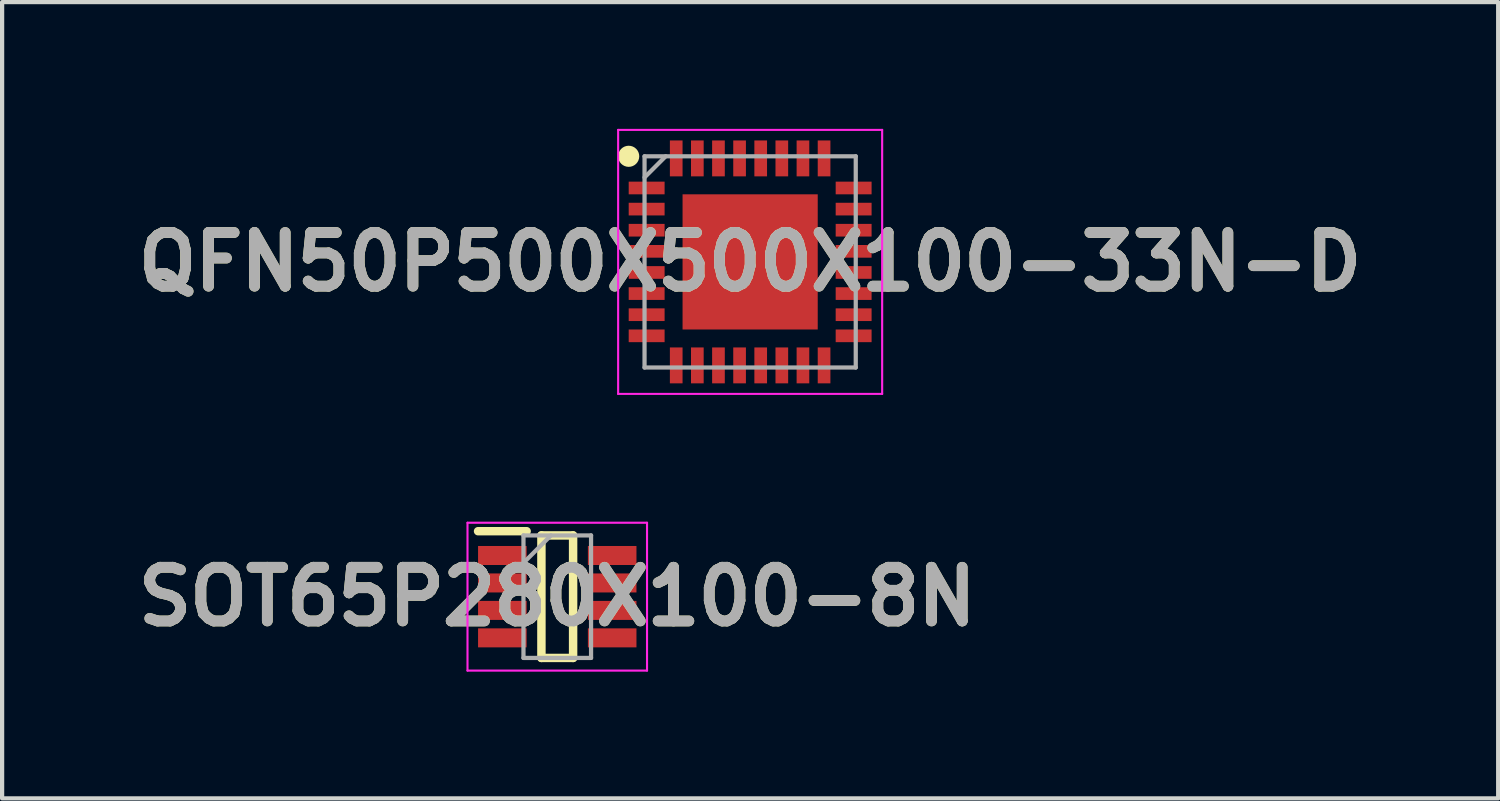
<source format=kicad_pcb>
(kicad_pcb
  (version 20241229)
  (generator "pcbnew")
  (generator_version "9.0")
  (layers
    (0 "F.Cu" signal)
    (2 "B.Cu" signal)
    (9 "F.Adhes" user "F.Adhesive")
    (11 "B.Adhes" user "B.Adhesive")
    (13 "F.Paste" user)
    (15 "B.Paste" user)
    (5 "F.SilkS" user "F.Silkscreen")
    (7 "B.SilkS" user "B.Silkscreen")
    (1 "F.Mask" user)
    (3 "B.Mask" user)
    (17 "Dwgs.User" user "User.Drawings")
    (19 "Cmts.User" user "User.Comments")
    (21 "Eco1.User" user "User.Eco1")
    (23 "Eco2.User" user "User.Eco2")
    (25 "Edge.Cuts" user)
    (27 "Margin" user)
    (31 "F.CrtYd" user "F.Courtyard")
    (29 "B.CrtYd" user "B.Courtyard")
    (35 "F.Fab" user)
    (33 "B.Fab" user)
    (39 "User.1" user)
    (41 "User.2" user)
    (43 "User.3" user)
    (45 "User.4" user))
  (footprint "SOT65P280X100-8N"
    (layer "F.Cu")
    (at 10.142 11.075)
    (property "Reference" "SOT65P280X100-8N" (at 0 0 0) (layer "F.SilkS") (effects (font (size 1.27 1.27) (thickness 0.254))))
    (attr smd)
    (fp_line (start -1.875 -1.55) (end -0.725 -1.55) (stroke (width 0.2) (type solid)) (layer "F.SilkS"))
    (fp_line (start -0.375 -1.45) (end 0.375 -1.45) (stroke (width 0.2) (type solid)) (layer "F.SilkS"))
    (fp_line (start -0.375 1.45) (end -0.375 -1.45) (stroke (width 0.2) (type solid)) (layer "F.SilkS"))
    (fp_line (start 0.375 -1.45) (end 0.375 1.45) (stroke (width 0.2) (type solid)) (layer "F.SilkS"))
    (fp_line (start 0.375 1.45) (end -0.375 1.45) (stroke (width 0.2) (type solid)) (layer "F.SilkS"))
    (fp_line (start -2.125 -1.75) (end 2.125 -1.75) (stroke (width 0.05) (type solid)) (layer "F.CrtYd"))
    (fp_line (start -2.125 1.75) (end -2.125 -1.75) (stroke (width 0.05) (type solid)) (layer "F.CrtYd"))
    (fp_line (start 2.125 -1.75) (end 2.125 1.75) (stroke (width 0.05) (type solid)) (layer "F.CrtYd"))
    (fp_line (start 2.125 1.75) (end -2.125 1.75) (stroke (width 0.05) (type solid)) (layer "F.CrtYd"))
    (fp_line (start -0.8 -1.45) (end 0.8 -1.45) (stroke (width 0.1) (type solid)) (layer "F.Fab"))
    (fp_line (start -0.8 -0.8) (end -0.15 -1.45) (stroke (width 0.1) (type solid)) (layer "F.Fab"))
    (fp_line (start -0.8 1.45) (end -0.8 -1.45) (stroke (width 0.1) (type solid)) (layer "F.Fab"))
    (fp_line (start 0.8 -1.45) (end 0.8 1.45) (stroke (width 0.1) (type solid)) (layer "F.Fab"))
    (fp_line (start 0.8 1.45) (end -0.8 1.45) (stroke (width 0.1) (type solid)) (layer "F.Fab"))
    (fp_text user "${REFERENCE}" (at 0 0 0) (layer "F.Fab") (effects (font (size 1.27 1.27) (thickness 0.254))))
    (pad "1" smd rect (at -1.3 -0.975 90) (size 0.45 1.15) (layers "F.Cu" "F.Mask" "F.Paste"))
    (pad "2" smd rect (at -1.3 -0.325 90) (size 0.45 1.15) (layers "F.Cu" "F.Mask" "F.Paste"))
    (pad "3" smd rect (at -1.3 0.325 90) (size 0.45 1.15) (layers "F.Cu" "F.Mask" "F.Paste"))
    (pad "4" smd rect (at -1.3 0.975 90) (size 0.45 1.15) (layers "F.Cu" "F.Mask" "F.Paste"))
    (pad "5" smd rect (at 1.3 0.975 90) (size 0.45 1.15) (layers "F.Cu" "F.Mask" "F.Paste"))
    (pad "6" smd rect (at 1.3 0.325 90) (size 0.45 1.15) (layers "F.Cu" "F.Mask" "F.Paste"))
    (pad "7" smd rect (at 1.3 -0.325 90) (size 0.45 1.15) (layers "F.Cu" "F.Mask" "F.Paste"))
    (pad "8" smd rect (at 1.3 -0.975 90) (size 0.45 1.15) (layers "F.Cu" "F.Mask" "F.Paste")))
  (footprint "QFN50P500X500X100-33N-D"
    (layer "F.Cu")
    (at 14.708 3.15)
    (property "Reference" "QFN50P500X500X100-33N-D" (at 0 0 0) (layer "F.SilkS") (effects (font (size 1.27 1.27) (thickness 0.254))))
    (attr smd)
    (fp_circle (center -2.875 -2.5) (end -2.875 -2.375) (stroke (width 0.25) (type solid)) (fill no) (layer "F.SilkS"))
    (fp_line (start -3.125 -3.125) (end 3.125 -3.125) (stroke (width 0.05) (type solid)) (layer "F.CrtYd"))
    (fp_line (start -3.125 3.125) (end -3.125 -3.125) (stroke (width 0.05) (type solid)) (layer "F.CrtYd"))
    (fp_line (start 3.125 -3.125) (end 3.125 3.125) (stroke (width 0.05) (type solid)) (layer "F.CrtYd"))
    (fp_line (start 3.125 3.125) (end -3.125 3.125) (stroke (width 0.05) (type solid)) (layer "F.CrtYd"))
    (fp_line (start -2.5 -2.5) (end 2.5 -2.5) (stroke (width 0.1) (type solid)) (layer "F.Fab"))
    (fp_line (start -2.5 -2) (end -2 -2.5) (stroke (width 0.1) (type solid)) (layer "F.Fab"))
    (fp_line (start -2.5 2.5) (end -2.5 -2.5) (stroke (width 0.1) (type solid)) (layer "F.Fab"))
    (fp_line (start 2.5 -2.5) (end 2.5 2.5) (stroke (width 0.1) (type solid)) (layer "F.Fab"))
    (fp_line (start 2.5 2.5) (end -2.5 2.5) (stroke (width 0.1) (type solid)) (layer "F.Fab"))
    (fp_text user "${REFERENCE}" (at 0 0 0) (layer "F.Fab") (effects (font (size 1.27 1.27) (thickness 0.254))))
    (pad "1" smd rect (at -2.45 -1.75 90) (size 0.3 0.85) (layers "F.Cu" "F.Mask" "F.Paste"))
    (pad "2" smd rect (at -2.45 -1.25 90) (size 0.3 0.85) (layers "F.Cu" "F.Mask" "F.Paste"))
    (pad "3" smd rect (at -2.45 -0.75 90) (size 0.3 0.85) (layers "F.Cu" "F.Mask" "F.Paste"))
    (pad "4" smd rect (at -2.45 -0.25 90) (size 0.3 0.85) (layers "F.Cu" "F.Mask" "F.Paste"))
    (pad "5" smd rect (at -2.45 0.25 90) (size 0.3 0.85) (layers "F.Cu" "F.Mask" "F.Paste"))
    (pad "6" smd rect (at -2.45 0.75 90) (size 0.3 0.85) (layers "F.Cu" "F.Mask" "F.Paste"))
    (pad "7" smd rect (at -2.45 1.25 90) (size 0.3 0.85) (layers "F.Cu" "F.Mask" "F.Paste"))
    (pad "8" smd rect (at -2.45 1.75 90) (size 0.3 0.85) (layers "F.Cu" "F.Mask" "F.Paste"))
    (pad "9" smd rect (at -1.75 2.45) (size 0.3 0.85) (layers "F.Cu" "F.Mask" "F.Paste"))
    (pad "10" smd rect (at -1.25 2.45) (size 0.3 0.85) (layers "F.Cu" "F.Mask" "F.Paste"))
    (pad "11" smd rect (at -0.75 2.45) (size 0.3 0.85) (layers "F.Cu" "F.Mask" "F.Paste"))
    (pad "12" smd rect (at -0.25 2.45) (size 0.3 0.85) (layers "F.Cu" "F.Mask" "F.Paste"))
    (pad "13" smd rect (at 0.25 2.45) (size 0.3 0.85) (layers "F.Cu" "F.Mask" "F.Paste"))
    (pad "14" smd rect (at 0.75 2.45) (size 0.3 0.85) (layers "F.Cu" "F.Mask" "F.Paste"))
    (pad "15" smd rect (at 1.25 2.45) (size 0.3 0.85) (layers "F.Cu" "F.Mask" "F.Paste"))
    (pad "16" smd rect (at 1.75 2.45) (size 0.3 0.85) (layers "F.Cu" "F.Mask" "F.Paste"))
    (pad "17" smd rect (at 2.45 1.75 90) (size 0.3 0.85) (layers "F.Cu" "F.Mask" "F.Paste"))
    (pad "18" smd rect (at 2.45 1.25 90) (size 0.3 0.85) (layers "F.Cu" "F.Mask" "F.Paste"))
    (pad "19" smd rect (at 2.45 0.75 90) (size 0.3 0.85) (layers "F.Cu" "F.Mask" "F.Paste"))
    (pad "20" smd rect (at 2.45 0.25 90) (size 0.3 0.85) (layers "F.Cu" "F.Mask" "F.Paste"))
    (pad "21" smd rect (at 2.45 -0.25 90) (size 0.3 0.85) (layers "F.Cu" "F.Mask" "F.Paste"))
    (pad "22" smd rect (at 2.45 -0.75 90) (size 0.3 0.85) (layers "F.Cu" "F.Mask" "F.Paste"))
    (pad "23" smd rect (at 2.45 -1.25 90) (size 0.3 0.85) (layers "F.Cu" "F.Mask" "F.Paste"))
    (pad "24" smd rect (at 2.45 -1.75 90) (size 0.3 0.85) (layers "F.Cu" "F.Mask" "F.Paste"))
    (pad "25" smd rect (at 1.75 -2.45) (size 0.3 0.85) (layers "F.Cu" "F.Mask" "F.Paste"))
    (pad "26" smd rect (at 1.25 -2.45) (size 0.3 0.85) (layers "F.Cu" "F.Mask" "F.Paste"))
    (pad "27" smd rect (at 0.75 -2.45) (size 0.3 0.85) (layers "F.Cu" "F.Mask" "F.Paste"))
    (pad "28" smd rect (at 0.25 -2.45) (size 0.3 0.85) (layers "F.Cu" "F.Mask" "F.Paste"))
    (pad "29" smd rect (at -0.25 -2.45) (size 0.3 0.85) (layers "F.Cu" "F.Mask" "F.Paste"))
    (pad "30" smd rect (at -0.75 -2.45) (size 0.3 0.85) (layers "F.Cu" "F.Mask" "F.Paste"))
    (pad "31" smd rect (at -1.25 -2.45) (size 0.3 0.85) (layers "F.Cu" "F.Mask" "F.Paste"))
    (pad "32" smd rect (at -1.75 -2.45) (size 0.3 0.85) (layers "F.Cu" "F.Mask" "F.Paste"))
    (pad "33" smd rect (at 0 0) (size 3.2 3.2) (layers "F.Cu" "F.Mask" "F.Paste")))
  (gr_rect
    (start -3 -3)
    (end 32.416 15.85)
    (stroke (width 0.1) (type default))
    (fill no)
    (layer "Edge.Cuts")))
</source>
